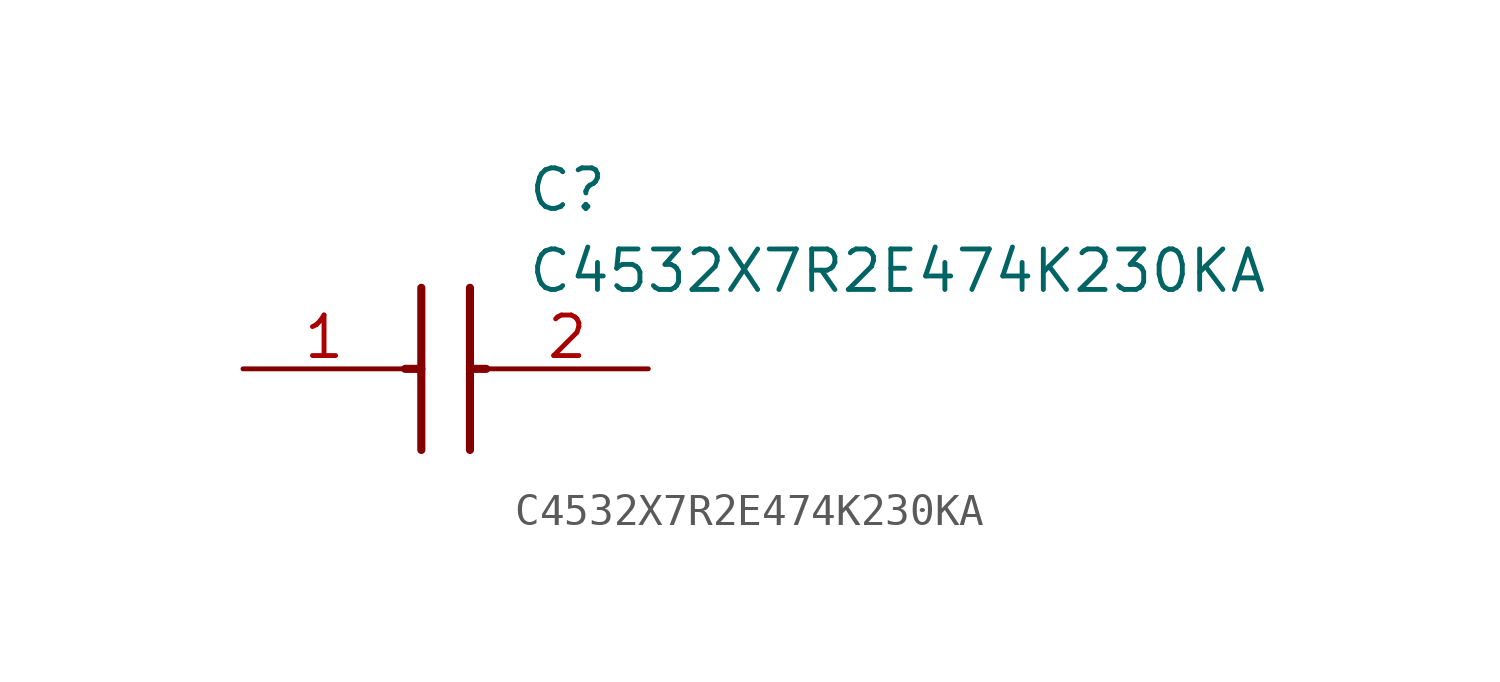
<source format=kicad_sym>
(kicad_symbol_lib
  (version 20211014)
  (generator SamacSys_ECAD_Model)
  (symbol "C4532X7R2E474K230KA"
    (pin_names hide)
    (property "Reference" "C"
      (at 8.89 6.35 0)
      (effects (font (size 1.27 1.27)) (justify left top)))
    (property "Value" "C4532X7R2E474K230KA"
      (at 8.89 3.81 0)
      (effects (font (size 1.27 1.27)) (justify left top)))
    (polyline
      (pts (xy 5.588 2.54) (xy 5.588 -2.54))
      (stroke (width 0.254) (type default))
      (fill (type none)))
    (polyline
      (pts (xy 7.112 2.54) (xy 7.112 -2.54))
      (stroke (width 0.254) (type default))
      (fill (type none)))
    (polyline
      (pts (xy 5.08 0) (xy 5.588 0))
      (stroke (width 0.254) (type default))
      (fill (type none)))
    (polyline
      (pts (xy 7.112 0) (xy 7.62 0))
      (stroke (width 0.254) (type default))
      (fill (type none)))
    (pin passive line
      (at 0 0 0)
      (length 5.08)
      (name "1" (effects (font (size 1.27 1.27))))
      (number "1" (effects (font (size 1.27 1.27)))))
    (pin passive line
      (at 12.7 0 180)
      (length 5.08)
      (name "2" (effects (font (size 1.27 1.27))))
      (number "2" (effects (font (size 1.27 1.27)))))))
</source>
